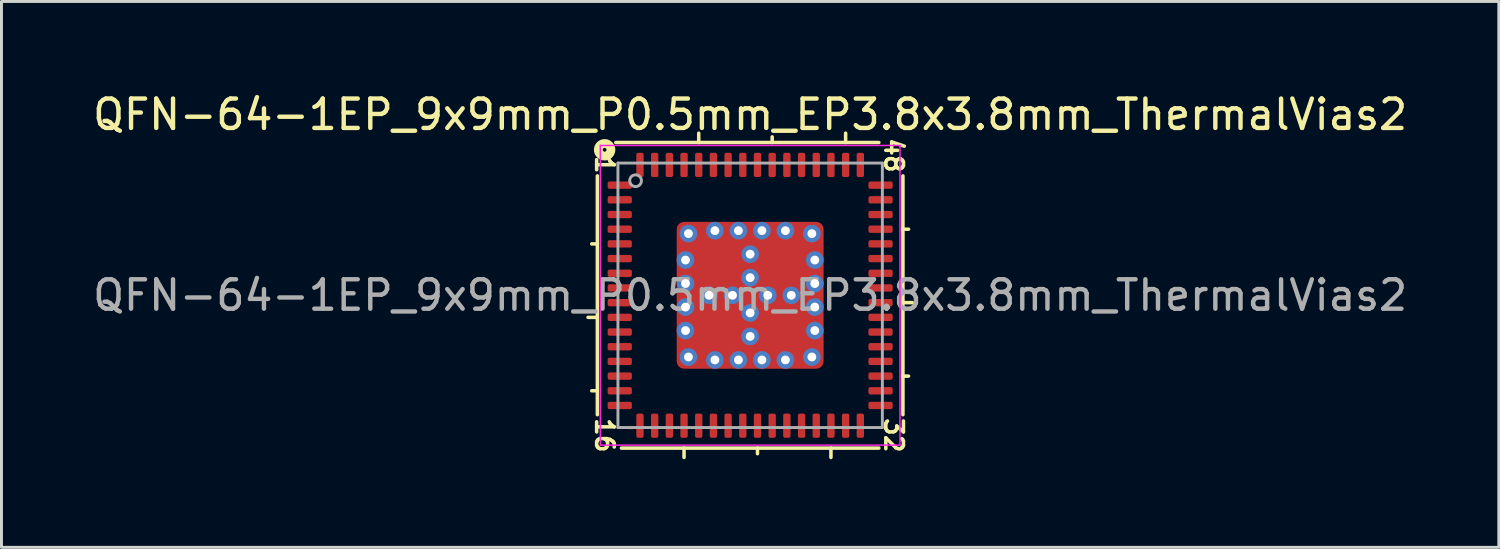
<source format=kicad_pcb>
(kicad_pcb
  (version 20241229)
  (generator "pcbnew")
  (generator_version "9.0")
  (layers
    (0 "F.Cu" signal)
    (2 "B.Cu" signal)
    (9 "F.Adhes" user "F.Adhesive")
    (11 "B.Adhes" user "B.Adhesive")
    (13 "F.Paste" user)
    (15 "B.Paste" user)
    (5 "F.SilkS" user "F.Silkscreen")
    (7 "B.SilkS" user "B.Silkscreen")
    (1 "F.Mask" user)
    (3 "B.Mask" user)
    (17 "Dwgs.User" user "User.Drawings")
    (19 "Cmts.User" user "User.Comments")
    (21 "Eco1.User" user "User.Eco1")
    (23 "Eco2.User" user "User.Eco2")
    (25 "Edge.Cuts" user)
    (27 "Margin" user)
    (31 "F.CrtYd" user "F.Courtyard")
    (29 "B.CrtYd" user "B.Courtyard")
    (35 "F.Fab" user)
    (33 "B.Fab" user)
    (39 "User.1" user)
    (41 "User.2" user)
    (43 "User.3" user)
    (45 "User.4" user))
  (footprint "QFN-64-1EP_9x9mm_P0.5mm_EP3.8x3.8mm_ThermalVias2"
    (layer "F.Cu")
    (at 22.482 7.001)
    (property "Reference" "QFN-64-1EP_9x9mm_P0.5mm_EP3.8x3.8mm_ThermalVias2" (at 0 -6.152 0) (layer "F.SilkS") (effects (font (size 1 1) (thickness 0.15))))
    (attr smd)
    (fp_line (start -5.2 -4.064) (end -5.2 4.064) (stroke (width 0.12) (type solid)) (layer "F.SilkS"))
    (fp_line (start -5.2 -1.75) (end -5.391 -1.75) (stroke (width 0.12) (type solid)) (layer "F.SilkS"))
    (fp_line (start -5.2 0.75) (end -5.518 0.75) (stroke (width 0.12) (type solid)) (layer "F.SilkS"))
    (fp_line (start -5.2 3.25) (end -5.391 3.25) (stroke (width 0.12) (type solid)) (layer "F.SilkS"))
    (fp_line (start -4.381 5.2) (end 4.381 5.2) (stroke (width 0.12) (type solid)) (layer "F.SilkS"))
    (fp_line (start -2.25 5.2) (end -2.25 5.518) (stroke (width 0.12) (type solid)) (layer "F.SilkS"))
    (fp_line (start -1.75 -5.2) (end -1.75 -5.518) (stroke (width 0.12) (type solid)) (layer "F.SilkS"))
    (fp_line (start 0.25 5.2) (end 0.25 5.391) (stroke (width 0.12) (type solid)) (layer "F.SilkS"))
    (fp_line (start 0.75 -5.2) (end 0.75 -5.391) (stroke (width 0.12) (type solid)) (layer "F.SilkS"))
    (fp_line (start 2.75 5.2) (end 2.75 5.518) (stroke (width 0.12) (type solid)) (layer "F.SilkS"))
    (fp_line (start 3.25 -5.2) (end 3.25 -5.518) (stroke (width 0.12) (type solid)) (layer "F.SilkS"))
    (fp_line (start 4.381 -5.2) (end -4.572 -5.2) (stroke (width 0.12) (type solid)) (layer "F.SilkS"))
    (fp_line (start 5.2 -2.25) (end 5.391 -2.25) (stroke (width 0.12) (type solid)) (layer "F.SilkS"))
    (fp_line (start 5.2 0.25) (end 5.518 0.25) (stroke (width 0.12) (type solid)) (layer "F.SilkS"))
    (fp_line (start 5.2 2.75) (end 5.391 2.75) (stroke (width 0.12) (type solid)) (layer "F.SilkS"))
    (fp_line (start 5.2 4.064) (end 5.2 -4.064) (stroke (width 0.12) (type solid)) (layer "F.SilkS"))
    (fp_circle (center -4.953 -4.953) (end -4.889 -4.953) (stroke (width 0.3) (type solid)) (fill no) (layer "F.SilkS"))
    (fp_line (start -5.1 -5.1) (end -5.1 5.1) (stroke (width 0.05) (type solid)) (layer "F.CrtYd"))
    (fp_line (start -5.1 5.1) (end 5.1 5.1) (stroke (width 0.05) (type solid)) (layer "F.CrtYd"))
    (fp_line (start 5.1 -5.1) (end -5.1 -5.1) (stroke (width 0.05) (type solid)) (layer "F.CrtYd"))
    (fp_line (start 5.1 5.1) (end 5.1 -5.1) (stroke (width 0.05) (type solid)) (layer "F.CrtYd"))
    (fp_line (start -4.5 -4.5) (end 4.5 -4.5) (stroke (width 0.1) (type solid)) (layer "F.Fab"))
    (fp_line (start -4.5 4.5) (end -4.5 -4.5) (stroke (width 0.1) (type solid)) (layer "F.Fab"))
    (fp_line (start 4.5 -4.5) (end 4.5 4.5) (stroke (width 0.1) (type solid)) (layer "F.Fab"))
    (fp_line (start 4.5 4.5) (end -4.5 4.5) (stroke (width 0.1) (type solid)) (layer "F.Fab"))
    (fp_circle (center -3.9 -3.9) (end -3.7 -3.9) (stroke (width 0.1) (type solid)) (fill no) (layer "F.Fab"))
    (fp_text user "1" (at -4.953 -4.445 270) (unlocked yes) (layer "F.SilkS") (effects (font (size 0.6 0.6) (thickness 0.12))))
    (fp_text user "16" (at -4.953 4.763 270) (unlocked yes) (layer "F.SilkS") (effects (font (size 0.6 0.6) (thickness 0.12))))
    (fp_text user "48" (at 4.889 -4.763 270) (unlocked yes) (layer "F.SilkS") (effects (font (size 0.6 0.6) (thickness 0.12))))
    (fp_text user "32" (at 4.889 4.763 270) (unlocked yes) (layer "F.SilkS") (effects (font (size 0.6 0.6) (thickness 0.12))))
    (fp_text user "${REFERENCE}" (at 0 0 0) (layer "F.Fab") (effects (font (size 1 1) (thickness 0.15))))
    (pad "" smd roundrect (at -1.5 -1.5) (size 0.6 0.6) (layers "F.Paste") (roundrect_rratio 0.25))
    (pad "" smd roundrect (at -1.5 -0.7) (size 0.6 0.6) (layers "F.Paste") (roundrect_rratio 0.25))
    (pad "" smd roundrect (at -1.5 0.7) (size 0.6 0.6) (layers "F.Paste") (roundrect_rratio 0.25))
    (pad "" smd roundrect (at -1.5 1.5) (size 0.6 0.6) (layers "F.Paste") (roundrect_rratio 0.25))
    (pad "" smd roundrect (at -1.1 -1.1 270) (size 1.6 1.6) (layers "F.Mask") (roundrect_rratio 0.156))
    (pad "" smd roundrect (at -1.1 1.1 270) (size 1.6 1.6) (layers "F.Mask") (roundrect_rratio 0.156))
    (pad "" smd roundrect (at -0.7 -1.5) (size 0.6 0.6) (layers "F.Paste") (roundrect_rratio 0.25))
    (pad "" smd roundrect (at -0.7 -0.7) (size 0.6 0.6) (layers "F.Paste") (roundrect_rratio 0.25))
    (pad "" smd roundrect (at -0.7 0.7) (size 0.6 0.6) (layers "F.Paste") (roundrect_rratio 0.25))
    (pad "" smd roundrect (at -0.7 1.5) (size 0.6 0.6) (layers "F.Paste") (roundrect_rratio 0.25))
    (pad "" smd roundrect (at 0.7 -1.5) (size 0.6 0.6) (layers "F.Paste") (roundrect_rratio 0.25))
    (pad "" smd roundrect (at 0.7 -0.7) (size 0.6 0.6) (layers "F.Paste") (roundrect_rratio 0.25))
    (pad "" smd roundrect (at 0.7 0.7) (size 0.6 0.6) (layers "F.Paste") (roundrect_rratio 0.25))
    (pad "" smd roundrect (at 0.7 1.5) (size 0.6 0.6) (layers "F.Paste") (roundrect_rratio 0.25))
    (pad "" smd roundrect (at 1.1 -1.1 270) (size 1.6 1.6) (layers "F.Mask") (roundrect_rratio 0.156))
    (pad "" smd roundrect (at 1.1 1.1 270) (size 1.6 1.6) (layers "F.Mask") (roundrect_rratio 0.156))
    (pad "" smd roundrect (at 1.5 -1.5) (size 0.6 0.6) (layers "F.Paste") (roundrect_rratio 0.25))
    (pad "" smd roundrect (at 1.5 -0.7) (size 0.6 0.6) (layers "F.Paste") (roundrect_rratio 0.25))
    (pad "" smd roundrect (at 1.5 0.7) (size 0.6 0.6) (layers "F.Paste") (roundrect_rratio 0.25))
    (pad "" smd roundrect (at 1.5 1.5) (size 0.6 0.6) (layers "F.Paste") (roundrect_rratio 0.25))
    (pad "1" smd roundrect (at -4.438 -3.75) (size 0.825 0.25) (layers "F.Cu" "F.Mask" "F.Paste") (roundrect_rratio 0.25))
    (pad "2" smd roundrect (at -4.438 -3.25) (size 0.825 0.25) (layers "F.Cu" "F.Mask" "F.Paste") (roundrect_rratio 0.25))
    (pad "3" smd roundrect (at -4.438 -2.75) (size 0.825 0.25) (layers "F.Cu" "F.Mask" "F.Paste") (roundrect_rratio 0.25))
    (pad "4" smd roundrect (at -4.438 -2.25) (size 0.825 0.25) (layers "F.Cu" "F.Mask" "F.Paste") (roundrect_rratio 0.25))
    (pad "5" smd roundrect (at -4.438 -1.75) (size 0.825 0.25) (layers "F.Cu" "F.Mask" "F.Paste") (roundrect_rratio 0.25))
    (pad "6" smd roundrect (at -4.438 -1.25) (size 0.825 0.25) (layers "F.Cu" "F.Mask" "F.Paste") (roundrect_rratio 0.25))
    (pad "7" smd roundrect (at -4.438 -0.75) (size 0.825 0.25) (layers "F.Cu" "F.Mask" "F.Paste") (roundrect_rratio 0.25))
    (pad "8" smd roundrect (at -4.438 -0.25) (size 0.825 0.25) (layers "F.Cu" "F.Mask" "F.Paste") (roundrect_rratio 0.25))
    (pad "9" smd roundrect (at -4.438 0.25) (size 0.825 0.25) (layers "F.Cu" "F.Mask" "F.Paste") (roundrect_rratio 0.25))
    (pad "10" smd roundrect (at -4.438 0.75) (size 0.825 0.25) (layers "F.Cu" "F.Mask" "F.Paste") (roundrect_rratio 0.25))
    (pad "11" smd roundrect (at -4.438 1.25) (size 0.825 0.25) (layers "F.Cu" "F.Mask" "F.Paste") (roundrect_rratio 0.25))
    (pad "12" smd roundrect (at -4.438 1.75) (size 0.825 0.25) (layers "F.Cu" "F.Mask" "F.Paste") (roundrect_rratio 0.25))
    (pad "13" smd roundrect (at -4.438 2.25) (size 0.825 0.25) (layers "F.Cu" "F.Mask" "F.Paste") (roundrect_rratio 0.25))
    (pad "14" smd roundrect (at -4.438 2.75) (size 0.825 0.25) (layers "F.Cu" "F.Mask" "F.Paste") (roundrect_rratio 0.25))
    (pad "15" smd roundrect (at -4.438 3.25) (size 0.825 0.25) (layers "F.Cu" "F.Mask" "F.Paste") (roundrect_rratio 0.25))
    (pad "16" smd roundrect (at -4.438 3.75) (size 0.825 0.25) (layers "F.Cu" "F.Mask" "F.Paste") (roundrect_rratio 0.25))
    (pad "17" smd roundrect (at -3.75 4.438) (size 0.25 0.825) (layers "F.Cu" "F.Mask" "F.Paste") (roundrect_rratio 0.25))
    (pad "18" smd roundrect (at -3.25 4.438) (size 0.25 0.825) (layers "F.Cu" "F.Mask" "F.Paste") (roundrect_rratio 0.25))
    (pad "19" smd roundrect (at -2.75 4.438) (size 0.25 0.825) (layers "F.Cu" "F.Mask" "F.Paste") (roundrect_rratio 0.25))
    (pad "20" smd roundrect (at -2.25 4.438) (size 0.25 0.825) (layers "F.Cu" "F.Mask" "F.Paste") (roundrect_rratio 0.25))
    (pad "21" smd roundrect (at -1.75 4.438) (size 0.25 0.825) (layers "F.Cu" "F.Mask" "F.Paste") (roundrect_rratio 0.25))
    (pad "22" smd roundrect (at -1.25 4.438) (size 0.25 0.825) (layers "F.Cu" "F.Mask" "F.Paste") (roundrect_rratio 0.25))
    (pad "23" smd roundrect (at -0.75 4.438) (size 0.25 0.825) (layers "F.Cu" "F.Mask" "F.Paste") (roundrect_rratio 0.25))
    (pad "24" smd roundrect (at -0.25 4.438) (size 0.25 0.825) (layers "F.Cu" "F.Mask" "F.Paste") (roundrect_rratio 0.25))
    (pad "25" smd roundrect (at 0.25 4.438) (size 0.25 0.825) (layers "F.Cu" "F.Mask" "F.Paste") (roundrect_rratio 0.25))
    (pad "26" smd roundrect (at 0.75 4.438) (size 0.25 0.825) (layers "F.Cu" "F.Mask" "F.Paste") (roundrect_rratio 0.25))
    (pad "27" smd roundrect (at 1.25 4.438) (size 0.25 0.825) (layers "F.Cu" "F.Mask" "F.Paste") (roundrect_rratio 0.25))
    (pad "28" smd roundrect (at 1.75 4.438) (size 0.25 0.825) (layers "F.Cu" "F.Mask" "F.Paste") (roundrect_rratio 0.25))
    (pad "29" smd roundrect (at 2.25 4.438) (size 0.25 0.825) (layers "F.Cu" "F.Mask" "F.Paste") (roundrect_rratio 0.25))
    (pad "30" smd roundrect (at 2.75 4.438) (size 0.25 0.825) (layers "F.Cu" "F.Mask" "F.Paste") (roundrect_rratio 0.25))
    (pad "31" smd roundrect (at 3.25 4.438) (size 0.25 0.825) (layers "F.Cu" "F.Mask" "F.Paste") (roundrect_rratio 0.25))
    (pad "32" smd roundrect (at 3.75 4.438) (size 0.25 0.825) (layers "F.Cu" "F.Mask" "F.Paste") (roundrect_rratio 0.25))
    (pad "33" smd roundrect (at 4.438 3.75) (size 0.825 0.25) (layers "F.Cu" "F.Mask" "F.Paste") (roundrect_rratio 0.25))
    (pad "34" smd roundrect (at 4.438 3.25) (size 0.825 0.25) (layers "F.Cu" "F.Mask" "F.Paste") (roundrect_rratio 0.25))
    (pad "35" smd roundrect (at 4.438 2.75) (size 0.825 0.25) (layers "F.Cu" "F.Mask" "F.Paste") (roundrect_rratio 0.25))
    (pad "36" smd roundrect (at 4.438 2.25) (size 0.825 0.25) (layers "F.Cu" "F.Mask" "F.Paste") (roundrect_rratio 0.25))
    (pad "37" smd roundrect (at 4.438 1.75) (size 0.825 0.25) (layers "F.Cu" "F.Mask" "F.Paste") (roundrect_rratio 0.25))
    (pad "38" smd roundrect (at 4.438 1.25) (size 0.825 0.25) (layers "F.Cu" "F.Mask" "F.Paste") (roundrect_rratio 0.25))
    (pad "39" smd roundrect (at 4.438 0.75) (size 0.825 0.25) (layers "F.Cu" "F.Mask" "F.Paste") (roundrect_rratio 0.25))
    (pad "40" smd roundrect (at 4.438 0.25) (size 0.825 0.25) (layers "F.Cu" "F.Mask" "F.Paste") (roundrect_rratio 0.25))
    (pad "41" smd roundrect (at 4.438 -0.25) (size 0.825 0.25) (layers "F.Cu" "F.Mask" "F.Paste") (roundrect_rratio 0.25))
    (pad "42" smd roundrect (at 4.438 -0.75) (size 0.825 0.25) (layers "F.Cu" "F.Mask" "F.Paste") (roundrect_rratio 0.25))
    (pad "43" smd roundrect (at 4.438 -1.25) (size 0.825 0.25) (layers "F.Cu" "F.Mask" "F.Paste") (roundrect_rratio 0.25))
    (pad "44" smd roundrect (at 4.438 -1.75) (size 0.825 0.25) (layers "F.Cu" "F.Mask" "F.Paste") (roundrect_rratio 0.25))
    (pad "45" smd roundrect (at 4.438 -2.25) (size 0.825 0.25) (layers "F.Cu" "F.Mask" "F.Paste") (roundrect_rratio 0.25))
    (pad "46" smd roundrect (at 4.438 -2.75) (size 0.825 0.25) (layers "F.Cu" "F.Mask" "F.Paste") (roundrect_rratio 0.25))
    (pad "47" smd roundrect (at 4.438 -3.25) (size 0.825 0.25) (layers "F.Cu" "F.Mask" "F.Paste") (roundrect_rratio 0.25))
    (pad "48" smd roundrect (at 4.438 -3.75) (size 0.825 0.25) (layers "F.Cu" "F.Mask" "F.Paste") (roundrect_rratio 0.25))
    (pad "49" smd roundrect (at 3.75 -4.438) (size 0.25 0.825) (layers "F.Cu" "F.Mask" "F.Paste") (roundrect_rratio 0.25))
    (pad "50" smd roundrect (at 3.25 -4.438) (size 0.25 0.825) (layers "F.Cu" "F.Mask" "F.Paste") (roundrect_rratio 0.25))
    (pad "51" smd roundrect (at 2.75 -4.438) (size 0.25 0.825) (layers "F.Cu" "F.Mask" "F.Paste") (roundrect_rratio 0.25))
    (pad "52" smd roundrect (at 2.25 -4.438) (size 0.25 0.825) (layers "F.Cu" "F.Mask" "F.Paste") (roundrect_rratio 0.25))
    (pad "53" smd roundrect (at 1.75 -4.438) (size 0.25 0.825) (layers "F.Cu" "F.Mask" "F.Paste") (roundrect_rratio 0.25))
    (pad "54" smd roundrect (at 1.25 -4.438) (size 0.25 0.825) (layers "F.Cu" "F.Mask" "F.Paste") (roundrect_rratio 0.25))
    (pad "55" smd roundrect (at 0.75 -4.438) (size 0.25 0.825) (layers "F.Cu" "F.Mask" "F.Paste") (roundrect_rratio 0.25))
    (pad "56" smd roundrect (at 0.25 -4.438) (size 0.25 0.825) (layers "F.Cu" "F.Mask" "F.Paste") (roundrect_rratio 0.25))
    (pad "57" smd roundrect (at -0.25 -4.438) (size 0.25 0.825) (layers "F.Cu" "F.Mask" "F.Paste") (roundrect_rratio 0.25))
    (pad "58" smd roundrect (at -0.75 -4.438) (size 0.25 0.825) (layers "F.Cu" "F.Mask" "F.Paste") (roundrect_rratio 0.25))
    (pad "59" smd roundrect (at -1.25 -4.438) (size 0.25 0.825) (layers "F.Cu" "F.Mask" "F.Paste") (roundrect_rratio 0.25))
    (pad "60" smd roundrect (at -1.75 -4.438) (size 0.25 0.825) (layers "F.Cu" "F.Mask" "F.Paste") (roundrect_rratio 0.25))
    (pad "61" smd roundrect (at -2.25 -4.438) (size 0.25 0.825) (layers "F.Cu" "F.Mask" "F.Paste") (roundrect_rratio 0.25))
    (pad "62" smd roundrect (at -2.75 -4.438) (size 0.25 0.825) (layers "F.Cu" "F.Mask" "F.Paste") (roundrect_rratio 0.25))
    (pad "63" smd roundrect (at -3.25 -4.438) (size 0.25 0.825) (layers "F.Cu" "F.Mask" "F.Paste") (roundrect_rratio 0.25))
    (pad "64" smd roundrect (at -3.75 -4.438) (size 0.25 0.825) (layers "F.Cu" "F.Mask" "F.Paste") (roundrect_rratio 0.25))
    (pad "65" thru_hole circle (at -2.2 -1.2 180) (size 0.6 0.6) (drill 0.3) (property pad_prop_heatsink) (layers "*.Cu" "*.Mask"))
    (pad "65" thru_hole circle (at -2.2 -0.4 180) (size 0.6 0.6) (drill 0.3) (property pad_prop_heatsink) (layers "*.Cu" "*.Mask"))
    (pad "65" thru_hole circle (at -2.2 0.4 180) (size 0.6 0.6) (drill 0.3) (property pad_prop_heatsink) (layers "*.Cu" "*.Mask"))
    (pad "65" thru_hole circle (at -2.2 1.2 180) (size 0.6 0.6) (drill 0.3) (property pad_prop_heatsink) (layers "*.Cu" "*.Mask"))
    (pad "65" thru_hole circle (at -2.1 -2.1 180) (size 0.6 0.6) (drill 0.3) (property pad_prop_heatsink) (layers "*.Cu" "*.Mask"))
    (pad "65" thru_hole circle (at -2.1 2.1 180) (size 0.6 0.6) (drill 0.3) (property pad_prop_heatsink) (layers "*.Cu" "*.Mask"))
    (pad "65" thru_hole circle (at -1.4 0) (size 0.6 0.6) (drill 0.3) (property pad_prop_heatsink) (layers "*.Cu" "*.Mask"))
    (pad "65" thru_hole circle (at -1.2 -2.2) (size 0.6 0.6) (drill 0.3) (property pad_prop_heatsink) (layers "*.Cu" "*.Mask"))
    (pad "65" thru_hole circle (at -1.2 2.2 180) (size 0.6 0.6) (drill 0.3) (property pad_prop_heatsink) (layers "*.Cu" "*.Mask"))
    (pad "65" thru_hole circle (at -0.6 0) (size 0.6 0.6) (drill 0.3) (property pad_prop_heatsink) (layers "*.Cu" "*.Mask"))
    (pad "65" thru_hole circle (at -0.4 -2.2) (size 0.6 0.6) (drill 0.3) (property pad_prop_heatsink) (layers "*.Cu" "*.Mask"))
    (pad "65" thru_hole circle (at -0.4 2.2 180) (size 0.6 0.6) (drill 0.3) (property pad_prop_heatsink) (layers "*.Cu" "*.Mask"))
    (pad "65" thru_hole circle (at 0 -1.4) (size 0.6 0.6) (drill 0.3) (property pad_prop_heatsink) (layers "*.Cu" "*.Mask"))
    (pad "65" thru_hole circle (at 0 -0.6) (size 0.6 0.6) (drill 0.3) (property pad_prop_heatsink) (layers "*.Cu" "*.Mask"))
    (pad "65" smd roundrect (at 0 0) (size 5 5) (layers "F.Cu") (roundrect_rratio 0.05))
    (pad "65" thru_hole circle (at 0 0.6) (size 0.6 0.6) (drill 0.3) (property pad_prop_heatsink) (layers "*.Cu" "*.Mask"))
    (pad "65" thru_hole circle (at 0 1.4) (size 0.6 0.6) (drill 0.3) (property pad_prop_heatsink) (layers "*.Cu" "*.Mask"))
    (pad "65" thru_hole circle (at 0.4 -2.2) (size 0.6 0.6) (drill 0.3) (property pad_prop_heatsink) (layers "*.Cu" "*.Mask"))
    (pad "65" thru_hole circle (at 0.4 2.2 180) (size 0.6 0.6) (drill 0.3) (property pad_prop_heatsink) (layers "*.Cu" "*.Mask"))
    (pad "65" thru_hole circle (at 0.6 0) (size 0.6 0.6) (drill 0.3) (property pad_prop_heatsink) (layers "*.Cu" "*.Mask"))
    (pad "65" thru_hole circle (at 1.2 -2.2) (size 0.6 0.6) (drill 0.3) (property pad_prop_heatsink) (layers "*.Cu" "*.Mask"))
    (pad "65" thru_hole circle (at 1.2 2.2 180) (size 0.6 0.6) (drill 0.3) (property pad_prop_heatsink) (layers "*.Cu" "*.Mask"))
    (pad "65" thru_hole circle (at 1.4 0) (size 0.6 0.6) (drill 0.3) (property pad_prop_heatsink) (layers "*.Cu" "*.Mask"))
    (pad "65" thru_hole circle (at 2.1 -2.1) (size 0.6 0.6) (drill 0.3) (property pad_prop_heatsink) (layers "*.Cu" "*.Mask"))
    (pad "65" thru_hole circle (at 2.1 2.1 180) (size 0.6 0.6) (drill 0.3) (property pad_prop_heatsink) (layers "*.Cu" "*.Mask"))
    (pad "65" thru_hole circle (at 2.2 -1.2) (size 0.6 0.6) (drill 0.3) (property pad_prop_heatsink) (layers "*.Cu" "*.Mask"))
    (pad "65" thru_hole circle (at 2.2 -0.4) (size 0.6 0.6) (drill 0.3) (property pad_prop_heatsink) (layers "*.Cu" "*.Mask"))
    (pad "65" thru_hole circle (at 2.2 0.4) (size 0.6 0.6) (drill 0.3) (property pad_prop_heatsink) (layers "*.Cu" "*.Mask"))
    (pad "65" thru_hole circle (at 2.2 1.2) (size 0.6 0.6) (drill 0.3) (property pad_prop_heatsink) (layers "*.Cu" "*.Mask")))
  (gr_rect
    (start -3 -3)
    (end 47.964 15.578)
    (stroke (width 0.1) (type default))
    (fill no)
    (layer "Edge.Cuts")))
</source>
